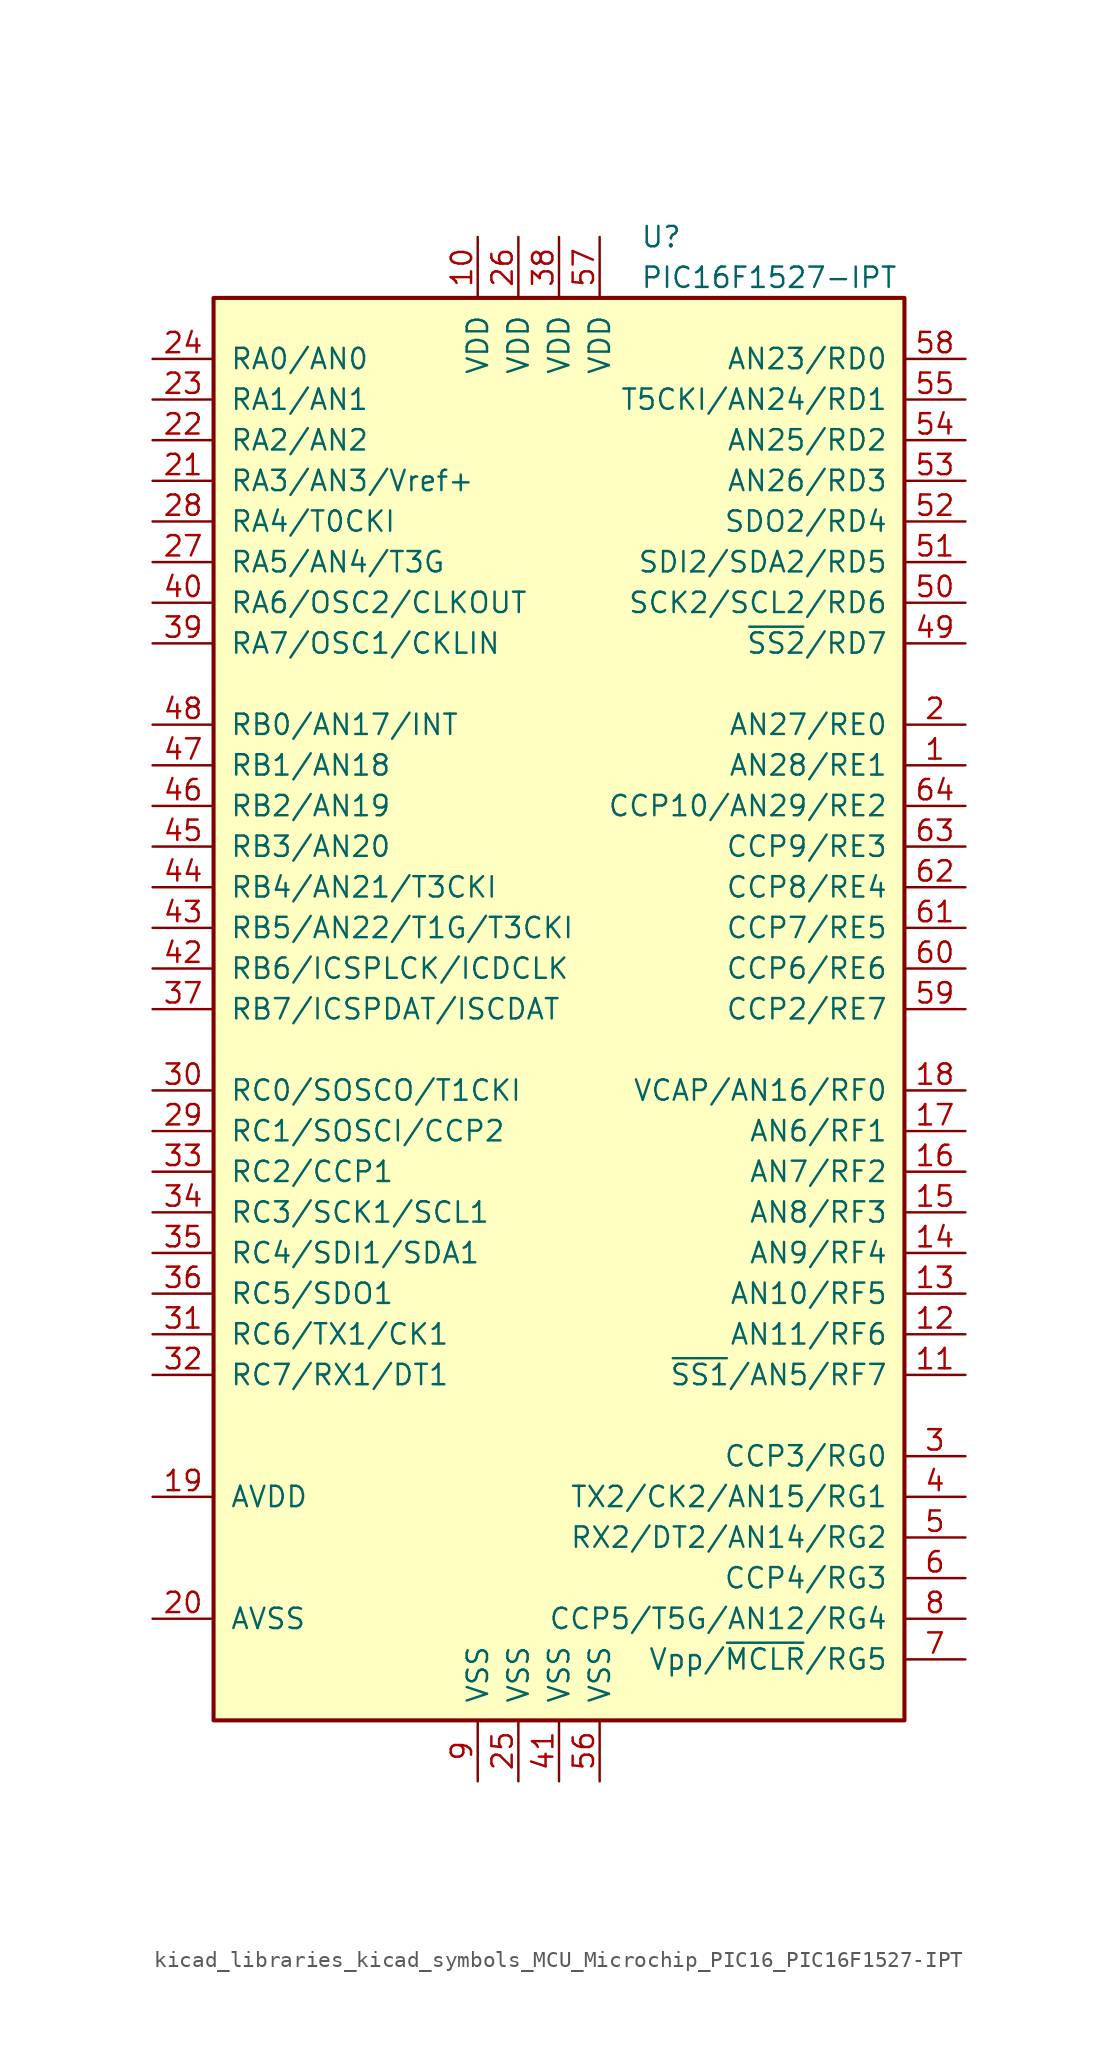
<source format=kicad_sym>
(kicad_symbol_lib
  (version 20220914)
  (generator kicad_symbol_editor)
  (symbol "kicad_libraries_kicad_symbols_MCU_Microchip_PIC16_PIC16F1527-IPT"
    (pin_names
      (offset 1.016))
    (property "Reference" "U"
      (at 5.08 48.26 0)
      (effects (font (size 1.27 1.27)) (justify left)))
    (property "Value" "PIC16F1527-IPT"
      (at 5.08 45.72 0)
      (effects (font (size 1.27 1.27)) (justify left)))
    (symbol "kicad_libraries_kicad_symbols_MCU_Microchip_PIC16_PIC16F1527-IPT_0_1"
      (rectangle (start -21.59 44.45) (end 21.59 -44.45) (stroke (width 0.254) (type default)) (fill (type background))))
    (symbol "kicad_libraries_kicad_symbols_MCU_Microchip_PIC16_PIC16F1527-IPT_1_1"
      (pin bidirectional line (at 25.4 15.24 180) (length 3.81) (name "AN28/RE1" (effects (font (size 1.27 1.27)))) (number "1" (effects (font (size 1.27 1.27)))))
      (pin power_in line (at -5.08 48.26 270) (length 3.81) (name "VDD" (effects (font (size 1.27 1.27)))) (number "10" (effects (font (size 1.27 1.27)))))
      (pin bidirectional line (at 25.4 -22.86 180) (length 3.81) (name "~{SS1}/AN5/RF7" (effects (font (size 1.27 1.27)))) (number "11" (effects (font (size 1.27 1.27)))))
      (pin bidirectional line (at 25.4 -20.32 180) (length 3.81) (name "AN11/RF6" (effects (font (size 1.27 1.27)))) (number "12" (effects (font (size 1.27 1.27)))))
      (pin bidirectional line (at 25.4 -17.78 180) (length 3.81) (name "AN10/RF5" (effects (font (size 1.27 1.27)))) (number "13" (effects (font (size 1.27 1.27)))))
      (pin bidirectional line (at 25.4 -15.24 180) (length 3.81) (name "AN9/RF4" (effects (font (size 1.27 1.27)))) (number "14" (effects (font (size 1.27 1.27)))))
      (pin bidirectional line (at 25.4 -12.7 180) (length 3.81) (name "AN8/RF3" (effects (font (size 1.27 1.27)))) (number "15" (effects (font (size 1.27 1.27)))))
      (pin bidirectional line (at 25.4 -10.16 180) (length 3.81) (name "AN7/RF2" (effects (font (size 1.27 1.27)))) (number "16" (effects (font (size 1.27 1.27)))))
      (pin bidirectional line (at 25.4 -7.62 180) (length 3.81) (name "AN6/RF1" (effects (font (size 1.27 1.27)))) (number "17" (effects (font (size 1.27 1.27)))))
      (pin bidirectional line (at 25.4 -5.08 180) (length 3.81) (name "VCAP/AN16/RF0" (effects (font (size 1.27 1.27)))) (number "18" (effects (font (size 1.27 1.27)))))
      (pin power_in line (at -25.4 -30.48 0) (length 3.81) (name "AVDD" (effects (font (size 1.27 1.27)))) (number "19" (effects (font (size 1.27 1.27)))))
      (pin bidirectional line (at 25.4 17.78 180) (length 3.81) (name "AN27/RE0" (effects (font (size 1.27 1.27)))) (number "2" (effects (font (size 1.27 1.27)))))
      (pin power_in line (at -25.4 -38.1 0) (length 3.81) (name "AVSS" (effects (font (size 1.27 1.27)))) (number "20" (effects (font (size 1.27 1.27)))))
      (pin bidirectional line (at -25.4 33.02 0) (length 3.81) (name "RA3/AN3/Vref+" (effects (font (size 1.27 1.27)))) (number "21" (effects (font (size 1.27 1.27)))))
      (pin bidirectional line (at -25.4 35.56 0) (length 3.81) (name "RA2/AN2" (effects (font (size 1.27 1.27)))) (number "22" (effects (font (size 1.27 1.27)))))
      (pin bidirectional line (at -25.4 38.1 0) (length 3.81) (name "RA1/AN1" (effects (font (size 1.27 1.27)))) (number "23" (effects (font (size 1.27 1.27)))))
      (pin bidirectional line (at -25.4 40.64 0) (length 3.81) (name "RA0/AN0" (effects (font (size 1.27 1.27)))) (number "24" (effects (font (size 1.27 1.27)))))
      (pin power_in line (at -2.54 -48.26 90) (length 3.81) (name "VSS" (effects (font (size 1.27 1.27)))) (number "25" (effects (font (size 1.27 1.27)))))
      (pin power_in line (at -2.54 48.26 270) (length 3.81) (name "VDD" (effects (font (size 1.27 1.27)))) (number "26" (effects (font (size 1.27 1.27)))))
      (pin bidirectional line (at -25.4 27.94 0) (length 3.81) (name "RA5/AN4/T3G" (effects (font (size 1.27 1.27)))) (number "27" (effects (font (size 1.27 1.27)))))
      (pin bidirectional line (at -25.4 30.48 0) (length 3.81) (name "RA4/T0CKI" (effects (font (size 1.27 1.27)))) (number "28" (effects (font (size 1.27 1.27)))))
      (pin bidirectional line (at -25.4 -7.62 0) (length 3.81) (name "RC1/SOSCI/CCP2" (effects (font (size 1.27 1.27)))) (number "29" (effects (font (size 1.27 1.27)))))
      (pin bidirectional line (at 25.4 -27.94 180) (length 3.81) (name "CCP3/RG0" (effects (font (size 1.27 1.27)))) (number "3" (effects (font (size 1.27 1.27)))))
      (pin bidirectional line (at -25.4 -5.08 0) (length 3.81) (name "RC0/SOSCO/T1CKI" (effects (font (size 1.27 1.27)))) (number "30" (effects (font (size 1.27 1.27)))))
      (pin bidirectional line (at -25.4 -20.32 0) (length 3.81) (name "RC6/TX1/CK1" (effects (font (size 1.27 1.27)))) (number "31" (effects (font (size 1.27 1.27)))))
      (pin bidirectional line (at -25.4 -22.86 0) (length 3.81) (name "RC7/RX1/DT1" (effects (font (size 1.27 1.27)))) (number "32" (effects (font (size 1.27 1.27)))))
      (pin bidirectional line (at -25.4 -10.16 0) (length 3.81) (name "RC2/CCP1" (effects (font (size 1.27 1.27)))) (number "33" (effects (font (size 1.27 1.27)))))
      (pin bidirectional line (at -25.4 -12.7 0) (length 3.81) (name "RC3/SCK1/SCL1" (effects (font (size 1.27 1.27)))) (number "34" (effects (font (size 1.27 1.27)))))
      (pin bidirectional line (at -25.4 -15.24 0) (length 3.81) (name "RC4/SDI1/SDA1" (effects (font (size 1.27 1.27)))) (number "35" (effects (font (size 1.27 1.27)))))
      (pin bidirectional line (at -25.4 -17.78 0) (length 3.81) (name "RC5/SDO1" (effects (font (size 1.27 1.27)))) (number "36" (effects (font (size 1.27 1.27)))))
      (pin bidirectional line (at -25.4 0 0) (length 3.81) (name "RB7/ICSPDAT/ISCDAT" (effects (font (size 1.27 1.27)))) (number "37" (effects (font (size 1.27 1.27)))))
      (pin power_in line (at 0 48.26 270) (length 3.81) (name "VDD" (effects (font (size 1.27 1.27)))) (number "38" (effects (font (size 1.27 1.27)))))
      (pin bidirectional line (at -25.4 22.86 0) (length 3.81) (name "RA7/OSC1/CKLIN" (effects (font (size 1.27 1.27)))) (number "39" (effects (font (size 1.27 1.27)))))
      (pin bidirectional line (at 25.4 -30.48 180) (length 3.81) (name "TX2/CK2/AN15/RG1" (effects (font (size 1.27 1.27)))) (number "4" (effects (font (size 1.27 1.27)))))
      (pin bidirectional line (at -25.4 25.4 0) (length 3.81) (name "RA6/OSC2/CLKOUT" (effects (font (size 1.27 1.27)))) (number "40" (effects (font (size 1.27 1.27)))))
      (pin power_in line (at 0 -48.26 90) (length 3.81) (name "VSS" (effects (font (size 1.27 1.27)))) (number "41" (effects (font (size 1.27 1.27)))))
      (pin bidirectional line (at -25.4 2.54 0) (length 3.81) (name "RB6/ICSPLCK/ICDCLK" (effects (font (size 1.27 1.27)))) (number "42" (effects (font (size 1.27 1.27)))))
      (pin bidirectional line (at -25.4 5.08 0) (length 3.81) (name "RB5/AN22/T1G/T3CKI" (effects (font (size 1.27 1.27)))) (number "43" (effects (font (size 1.27 1.27)))))
      (pin bidirectional line (at -25.4 7.62 0) (length 3.81) (name "RB4/AN21/T3CKI" (effects (font (size 1.27 1.27)))) (number "44" (effects (font (size 1.27 1.27)))))
      (pin bidirectional line (at -25.4 10.16 0) (length 3.81) (name "RB3/AN20" (effects (font (size 1.27 1.27)))) (number "45" (effects (font (size 1.27 1.27)))))
      (pin bidirectional line (at -25.4 12.7 0) (length 3.81) (name "RB2/AN19" (effects (font (size 1.27 1.27)))) (number "46" (effects (font (size 1.27 1.27)))))
      (pin bidirectional line (at -25.4 15.24 0) (length 3.81) (name "RB1/AN18" (effects (font (size 1.27 1.27)))) (number "47" (effects (font (size 1.27 1.27)))))
      (pin bidirectional line (at -25.4 17.78 0) (length 3.81) (name "RB0/AN17/INT" (effects (font (size 1.27 1.27)))) (number "48" (effects (font (size 1.27 1.27)))))
      (pin bidirectional line (at 25.4 22.86 180) (length 3.81) (name "~{SS2}/RD7" (effects (font (size 1.27 1.27)))) (number "49" (effects (font (size 1.27 1.27)))))
      (pin bidirectional line (at 25.4 -33.02 180) (length 3.81) (name "RX2/DT2/AN14/RG2" (effects (font (size 1.27 1.27)))) (number "5" (effects (font (size 1.27 1.27)))))
      (pin bidirectional line (at 25.4 25.4 180) (length 3.81) (name "SCK2/SCL2/RD6" (effects (font (size 1.27 1.27)))) (number "50" (effects (font (size 1.27 1.27)))))
      (pin bidirectional line (at 25.4 27.94 180) (length 3.81) (name "SDI2/SDA2/RD5" (effects (font (size 1.27 1.27)))) (number "51" (effects (font (size 1.27 1.27)))))
      (pin bidirectional line (at 25.4 30.48 180) (length 3.81) (name "SDO2/RD4" (effects (font (size 1.27 1.27)))) (number "52" (effects (font (size 1.27 1.27)))))
      (pin bidirectional line (at 25.4 33.02 180) (length 3.81) (name "AN26/RD3" (effects (font (size 1.27 1.27)))) (number "53" (effects (font (size 1.27 1.27)))))
      (pin bidirectional line (at 25.4 35.56 180) (length 3.81) (name "AN25/RD2" (effects (font (size 1.27 1.27)))) (number "54" (effects (font (size 1.27 1.27)))))
      (pin bidirectional line (at 25.4 38.1 180) (length 3.81) (name "T5CKI/AN24/RD1" (effects (font (size 1.27 1.27)))) (number "55" (effects (font (size 1.27 1.27)))))
      (pin power_in line (at 2.54 -48.26 90) (length 3.81) (name "VSS" (effects (font (size 1.27 1.27)))) (number "56" (effects (font (size 1.27 1.27)))))
      (pin power_in line (at 2.54 48.26 270) (length 3.81) (name "VDD" (effects (font (size 1.27 1.27)))) (number "57" (effects (font (size 1.27 1.27)))))
      (pin bidirectional line (at 25.4 40.64 180) (length 3.81) (name "AN23/RD0" (effects (font (size 1.27 1.27)))) (number "58" (effects (font (size 1.27 1.27)))))
      (pin bidirectional line (at 25.4 0 180) (length 3.81) (name "CCP2/RE7" (effects (font (size 1.27 1.27)))) (number "59" (effects (font (size 1.27 1.27)))))
      (pin bidirectional line (at 25.4 -35.56 180) (length 3.81) (name "CCP4/RG3" (effects (font (size 1.27 1.27)))) (number "6" (effects (font (size 1.27 1.27)))))
      (pin bidirectional line (at 25.4 2.54 180) (length 3.81) (name "CCP6/RE6" (effects (font (size 1.27 1.27)))) (number "60" (effects (font (size 1.27 1.27)))))
      (pin bidirectional line (at 25.4 5.08 180) (length 3.81) (name "CCP7/RE5" (effects (font (size 1.27 1.27)))) (number "61" (effects (font (size 1.27 1.27)))))
      (pin bidirectional line (at 25.4 7.62 180) (length 3.81) (name "CCP8/RE4" (effects (font (size 1.27 1.27)))) (number "62" (effects (font (size 1.27 1.27)))))
      (pin bidirectional line (at 25.4 10.16 180) (length 3.81) (name "CCP9/RE3" (effects (font (size 1.27 1.27)))) (number "63" (effects (font (size 1.27 1.27)))))
      (pin bidirectional line (at 25.4 12.7 180) (length 3.81) (name "CCP10/AN29/RE2" (effects (font (size 1.27 1.27)))) (number "64" (effects (font (size 1.27 1.27)))))
      (pin input line (at 25.4 -40.64 180) (length 3.81) (name "Vpp/~{MCLR}/RG5" (effects (font (size 1.27 1.27)))) (number "7" (effects (font (size 1.27 1.27)))))
      (pin bidirectional line (at 25.4 -38.1 180) (length 3.81) (name "CCP5/T5G/AN12/RG4" (effects (font (size 1.27 1.27)))) (number "8" (effects (font (size 1.27 1.27)))))
      (pin power_in line (at -5.08 -48.26 90) (length 3.81) (name "VSS" (effects (font (size 1.27 1.27)))) (number "9" (effects (font (size 1.27 1.27))))))))
</source>
